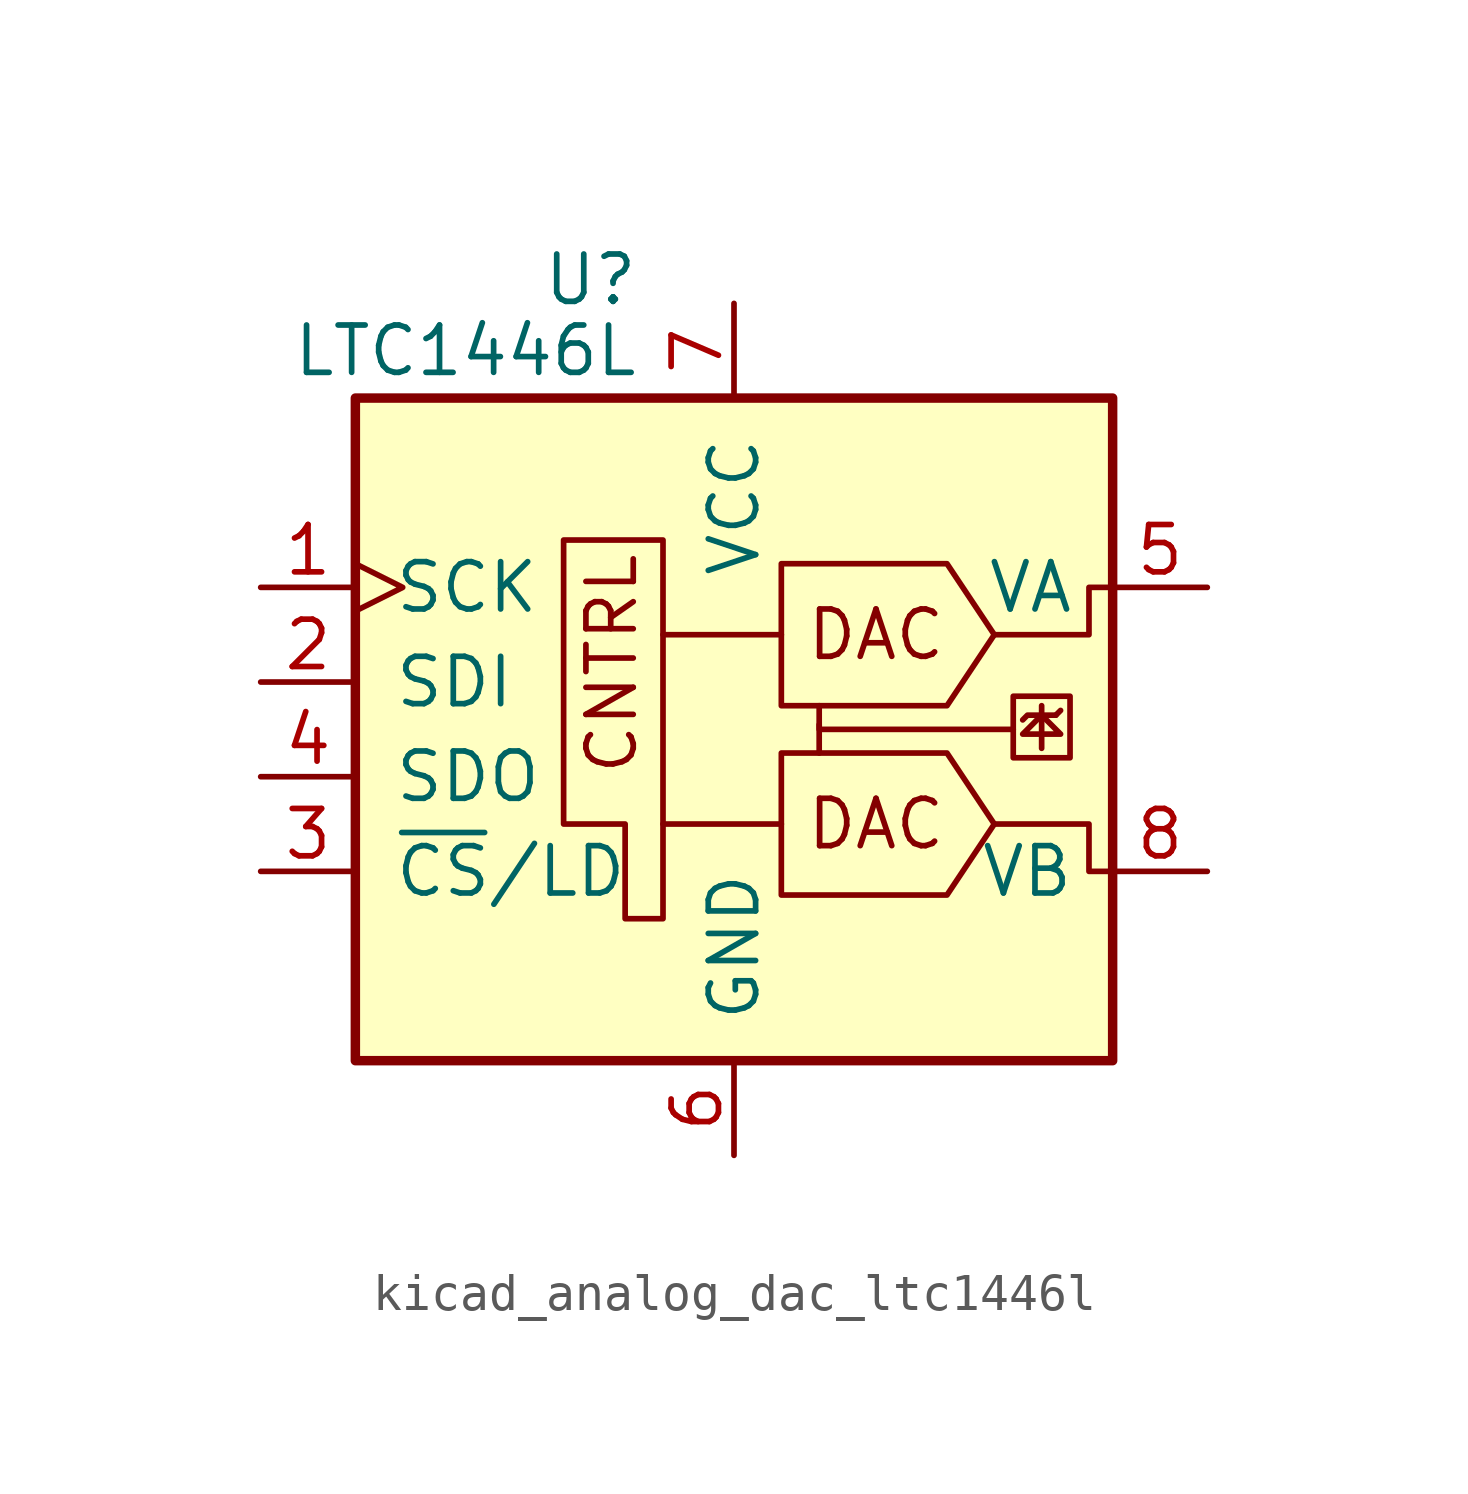
<source format=kicad_sym>
(kicad_symbol_lib
  (version 20220914)
  (generator kicad_symbol_editor)
  (symbol "kicad_analog_dac_ltc1446l"
    (pin_names
      (offset 1.016))
    (property "Reference" "U"
      (at -2.54 10.795 0)
      (effects (font (size 1.27 1.27)) (justify right)))
    (property "Value" "LTC1446L"
      (at -2.54 8.89 0)
      (effects (font (size 1.27 1.27)) (justify right)))
    (symbol "kicad_analog_dac_ltc1446l_0_0"
      (polyline (pts (xy 2.286 -1.143) (xy 2.286 -1.905)) (stroke (width 0) (type default)) (fill (type none)))
      (polyline (pts (xy 8.255 -1.778) (xy 8.255 -0.635)) (stroke (width 0) (type default)) (fill (type none)))
      (polyline (pts (xy 8.636 -0.889) (xy 8.763 -0.762)) (stroke (width 0) (type default)) (fill (type none)))
      (polyline (pts (xy 7.493 -1.27) (xy 2.286 -1.27) (xy 2.286 -0.635)) (stroke (width 0) (type default)) (fill (type none)))
      (polyline (pts (xy 8.636 -0.889) (xy 7.874 -0.889) (xy 7.747 -1.016)) (stroke (width 0) (type default)) (fill (type none)))
      (polyline (pts (xy 6.985 -3.81) (xy 9.525 -3.81) (xy 9.525 -5.08) (xy 10.16 -5.08)) (stroke (width 0) (type default)) (fill (type none)))
      (polyline (pts (xy 6.985 1.27) (xy 9.525 1.27) (xy 9.525 2.54) (xy 10.16 2.54)) (stroke (width 0) (type default)) (fill (type none)))
      (polyline (pts (xy 8.255 -0.889) (xy 8.763 -1.397) (xy 7.747 -1.397) (xy 8.255 -0.889)) (stroke (width 0) (type default)) (fill (type none)))
      (rectangle (start 9.017 -0.381) (end 7.493 -2.032) (stroke (width 0) (type default)) (fill (type none)))
      (text "CNTRL" (at -2.54 -2.54 900) (effects (font (size 1.27 1.27)) (justify left bottom)))
      (text "DAC" (at 3.81 -3.81 0) (effects (font (size 1.27 1.27))))
      (text "DAC" (at 3.81 1.27 0) (effects (font (size 1.27 1.27)))))
    (symbol "kicad_analog_dac_ltc1446l_0_1"
      (rectangle (start -10.16 7.62) (end 10.16 -10.16) (stroke (width 0.254) (type default)) (fill (type background)))
      (polyline (pts (xy 1.27 -3.81) (xy -1.905 -3.81)) (stroke (width 0) (type default)) (fill (type none)))
      (polyline (pts (xy 1.27 1.27) (xy -1.905 1.27)) (stroke (width 0) (type default)) (fill (type none)))
      (polyline (pts (xy 6.985 -3.81) (xy 5.715 -1.905) (xy 1.27 -1.905) (xy 1.27 -5.715) (xy 5.715 -5.715) (xy 6.985 -3.81)) (stroke (width 0) (type default)) (fill (type none)))
      (polyline (pts (xy 6.985 1.27) (xy 5.715 3.175) (xy 1.27 3.175) (xy 1.27 -0.635) (xy 5.715 -0.635) (xy 6.985 1.27)) (stroke (width 0) (type default)) (fill (type none)))
      (polyline (pts (xy -1.905 3.81) (xy -4.572 3.81) (xy -4.572 -3.81) (xy -2.921 -3.81) (xy -2.921 -6.35) (xy -1.905 -6.35) (xy -1.905 3.81)) (stroke (width 0) (type default)) (fill (type none))))
    (symbol "kicad_analog_dac_ltc1446l_1_1"
      (pin input clock (at -12.7 2.54 0) (length 2.54) (name "SCK" (effects (font (size 1.27 1.27)))) (number "1" (effects (font (size 1.27 1.27)))))
      (pin input line (at -12.7 0 0) (length 2.54) (name "SDI" (effects (font (size 1.27 1.27)))) (number "2" (effects (font (size 1.27 1.27)))))
      (pin input line (at -12.7 -5.08 0) (length 2.54) (name "~{CS}/LD" (effects (font (size 1.27 1.27)))) (number "3" (effects (font (size 1.27 1.27)))))
      (pin output line (at -12.7 -2.54 0) (length 2.54) (name "SDO" (effects (font (size 1.27 1.27)))) (number "4" (effects (font (size 1.27 1.27)))))
      (pin output line (at 12.7 2.54 180) (length 2.54) (name "VA" (effects (font (size 1.27 1.27)))) (number "5" (effects (font (size 1.27 1.27)))))
      (pin power_in line (at 0 -12.7 90) (length 2.54) (name "GND" (effects (font (size 1.27 1.27)))) (number "6" (effects (font (size 1.27 1.27)))))
      (pin power_in line (at 0 10.16 270) (length 2.54) (name "VCC" (effects (font (size 1.27 1.27)))) (number "7" (effects (font (size 1.27 1.27)))))
      (pin output line (at 12.7 -5.08 180) (length 2.54) (name "VB" (effects (font (size 1.27 1.27)))) (number "8" (effects (font (size 1.27 1.27))))))))
</source>
